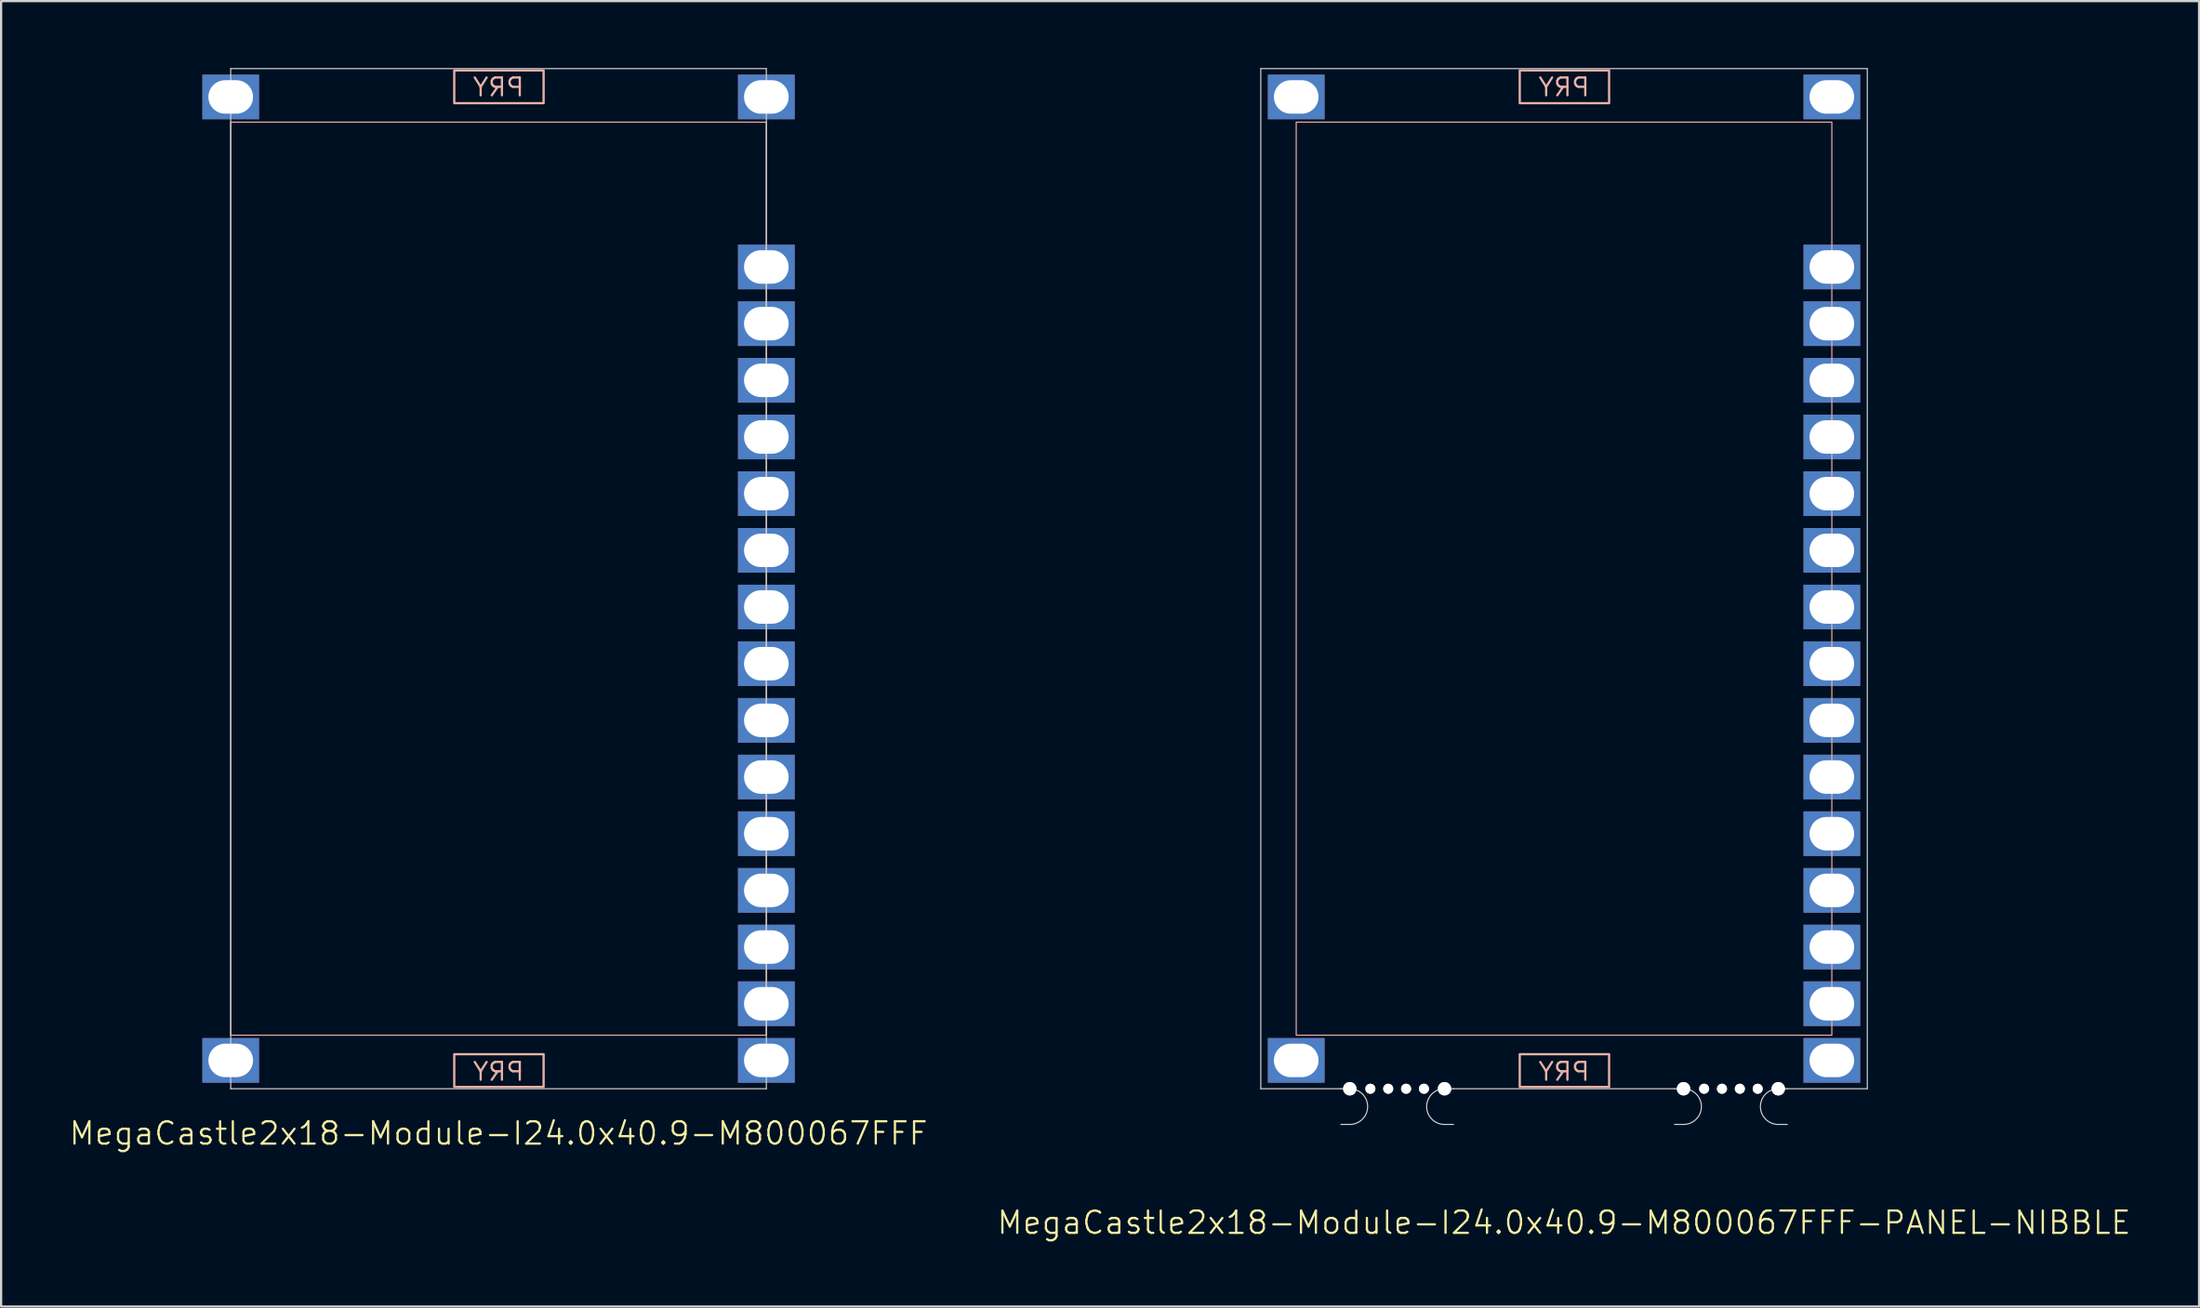
<source format=kicad_pcb>
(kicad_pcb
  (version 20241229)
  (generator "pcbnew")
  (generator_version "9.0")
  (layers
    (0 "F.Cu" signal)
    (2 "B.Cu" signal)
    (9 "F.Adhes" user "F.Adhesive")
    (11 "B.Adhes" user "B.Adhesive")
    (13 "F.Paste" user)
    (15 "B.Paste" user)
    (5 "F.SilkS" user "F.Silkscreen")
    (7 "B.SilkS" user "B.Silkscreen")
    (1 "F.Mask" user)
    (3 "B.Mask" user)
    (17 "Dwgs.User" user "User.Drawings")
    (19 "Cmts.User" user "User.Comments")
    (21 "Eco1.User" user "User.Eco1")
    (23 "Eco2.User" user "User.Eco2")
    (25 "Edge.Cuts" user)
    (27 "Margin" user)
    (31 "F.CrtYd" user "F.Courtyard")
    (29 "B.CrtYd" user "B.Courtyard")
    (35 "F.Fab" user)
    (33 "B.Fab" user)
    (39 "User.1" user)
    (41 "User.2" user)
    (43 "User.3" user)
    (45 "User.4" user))
  (footprint "MegaCastle2x18-Module-I24.0x40.9-M800067FFF-PANEL-NIBBLE"
    (layer "F.Cu")
    (at 67.031 22.885)
    (property "Reference" "MegaCastle2x18-Module-I24.0x40.9-M800067FFF-PANEL-NIBBLE" (at 0 28.86 0) (unlocked yes) (layer "F.SilkS") (effects (font (size 1 1) (thickness 0.1))))
    (attr smd)
    (fp_rect (start -12 20.46) (end 12 -20.46) (stroke (width 0.05) (type default)) (fill no) (layer "B.SilkS"))
    (fp_rect (start -1.984 -21.311) (end 2.02 -22.78) (stroke (width 0.1) (type default)) (fill no) (layer "B.SilkS"))
    (fp_rect (start -1.984 21.311) (end 2.02 22.78) (stroke (width 0.1) (type default)) (fill no) (layer "B.SilkS"))
    (fp_line (start -13.588 -22.86) (end -13.588 22.86) (stroke (width 0.05) (type default)) (layer "Edge.Cuts"))
    (fp_line (start -13.588 -22.86) (end 13.588 -22.86) (stroke (width 0.05) (type default)) (layer "Edge.Cuts"))
    (fp_line (start -13.588 22.86) (end -10 22.86) (stroke (width 0.05) (type default)) (layer "Edge.Cuts"))
    (fp_line (start -10 22.86) (end -9.6 22.86) (stroke (width 0.05) (type default)) (layer "Edge.Cuts"))
    (fp_line (start -10 24.46) (end -9.6 24.46) (stroke (width 0.05) (type default)) (layer "Edge.Cuts"))
    (fp_line (start -4.955 22.86) (end -5.355 22.86) (stroke (width 0.05) (type default)) (layer "Edge.Cuts"))
    (fp_line (start -4.955 22.86) (end 4.955 22.86) (stroke (width 0.05) (type default)) (layer "Edge.Cuts"))
    (fp_line (start -4.955 24.46) (end -5.355 24.46) (stroke (width 0.05) (type default)) (layer "Edge.Cuts"))
    (fp_line (start 4.955 22.86) (end 5.355 22.86) (stroke (width 0.05) (type default)) (layer "Edge.Cuts"))
    (fp_line (start 4.955 24.46) (end 5.355 24.46) (stroke (width 0.05) (type default)) (layer "Edge.Cuts"))
    (fp_line (start 10 22.86) (end 9.6 22.86) (stroke (width 0.05) (type default)) (layer "Edge.Cuts"))
    (fp_line (start 10 22.86) (end 13.588 22.86) (stroke (width 0.05) (type default)) (layer "Edge.Cuts"))
    (fp_line (start 10 24.46) (end 9.6 24.46) (stroke (width 0.05) (type default)) (layer "Edge.Cuts"))
    (fp_line (start 13.588 -22.86) (end 13.588 22.86) (stroke (width 0.05) (type default)) (layer "Edge.Cuts"))
    (fp_arc (start -9.6 22.860001) (mid -8.8 23.66) (end -9.6 24.459999) (stroke (width 0.05) (type default)) (layer "Edge.Cuts"))
    (fp_arc (start -5.355 24.459999) (mid -6.155 23.66) (end -5.355 22.860001) (stroke (width 0.05) (type default)) (layer "Edge.Cuts"))
    (fp_arc (start 5.355 22.860001) (mid 6.155 23.66) (end 5.355 24.459999) (stroke (width 0.05) (type default)) (layer "Edge.Cuts"))
    (fp_arc (start 9.6 24.459999) (mid 8.800001 23.66) (end 9.6 22.860001) (stroke (width 0.05) (type default)) (layer "Edge.Cuts"))
    (fp_text user "PRY" (at 0 -21.56 0) (unlocked yes) (layer "B.SilkS") (effects (font (size 0.8 0.8) (thickness 0.1)) (justify bottom mirror)))
    (fp_text user "PRY" (at 0 22.56 0) (unlocked yes) (layer "B.SilkS") (effects (font (size 0.8 0.8) (thickness 0.1)) (justify bottom mirror)))
    (pad "" np_thru_hole circle (at -9.6 22.86) (size 0.6 0.6) (drill 0.6) (layers "*.Cu" "Edge.Cuts"))
    (pad "" np_thru_hole circle (at -8.678 22.86) (size 0.45 0.45) (drill 0.45) (layers "*.Cu" "Edge.Cuts"))
    (pad "" np_thru_hole circle (at -7.878 22.86) (size 0.45 0.45) (drill 0.45) (layers "*.Cu" "Edge.Cuts"))
    (pad "" np_thru_hole circle (at -7.077 22.86) (size 0.45 0.45) (drill 0.45) (layers "*.Cu" "Edge.Cuts"))
    (pad "" np_thru_hole circle (at -6.277 22.86) (size 0.45 0.45) (drill 0.45) (layers "*.Cu" "Edge.Cuts"))
    (pad "" np_thru_hole circle (at -5.355 22.86) (size 0.6 0.6) (drill 0.6) (layers "*.Cu" "Edge.Cuts"))
    (pad "" np_thru_hole circle (at 5.355 22.86) (size 0.6 0.6) (drill 0.6) (layers "*.Cu" "Edge.Cuts"))
    (pad "" np_thru_hole circle (at 6.277 22.86) (size 0.45 0.45) (drill 0.45) (layers "*.Cu" "Edge.Cuts"))
    (pad "" np_thru_hole circle (at 7.077 22.86) (size 0.45 0.45) (drill 0.45) (layers "*.Cu" "Edge.Cuts"))
    (pad "" np_thru_hole circle (at 7.878 22.86) (size 0.45 0.45) (drill 0.45) (layers "*.Cu" "Edge.Cuts"))
    (pad "" np_thru_hole circle (at 8.678 22.86) (size 0.45 0.45) (drill 0.45) (layers "*.Cu" "Edge.Cuts"))
    (pad "" np_thru_hole circle (at 9.6 22.86) (size 0.6 0.6) (drill 0.6) (layers "*.Cu" "Edge.Cuts"))
    (pad "1" thru_hole rect (at -12 -21.59) (size 2.54 2) (drill oval 2 1.5) (property pad_prop_castellated) (layers "*.Cu" "*.Mask"))
    (pad "18" thru_hole rect (at -12 21.59) (size 2.54 2) (drill oval 2 1.5) (property pad_prop_castellated) (layers "*.Cu" "*.Mask"))
    (pad "19" thru_hole rect (at 12 -21.59) (size 2.54 2) (drill oval 2 1.5) (property pad_prop_castellated) (layers "*.Cu" "*.Mask"))
    (pad "22" thru_hole rect (at 12 -13.97) (size 2.54 2) (drill oval 2 1.5) (property pad_prop_castellated) (layers "*.Cu" "*.Mask"))
    (pad "23" thru_hole rect (at 12 -11.43) (size 2.54 2) (drill oval 2 1.5) (property pad_prop_castellated) (layers "*.Cu" "*.Mask"))
    (pad "24" thru_hole rect (at 12 -8.89) (size 2.54 2) (drill oval 2 1.5) (property pad_prop_castellated) (layers "*.Cu" "*.Mask"))
    (pad "25" thru_hole rect (at 12 -6.35) (size 2.54 2) (drill oval 2 1.5) (property pad_prop_castellated) (layers "*.Cu" "*.Mask"))
    (pad "26" thru_hole rect (at 12 -3.81) (size 2.54 2) (drill oval 2 1.5) (property pad_prop_castellated) (layers "*.Cu" "*.Mask"))
    (pad "27" thru_hole rect (at 12 -1.27) (size 2.54 2) (drill oval 2 1.5) (property pad_prop_castellated) (layers "*.Cu" "*.Mask"))
    (pad "28" thru_hole rect (at 12 1.27) (size 2.54 2) (drill oval 2 1.5) (property pad_prop_castellated) (layers "*.Cu" "*.Mask"))
    (pad "29" thru_hole rect (at 12 3.81) (size 2.54 2) (drill oval 2 1.5) (property pad_prop_castellated) (layers "*.Cu" "*.Mask"))
    (pad "30" thru_hole rect (at 12 6.35) (size 2.54 2) (drill oval 2 1.5) (property pad_prop_castellated) (layers "*.Cu" "*.Mask"))
    (pad "31" thru_hole rect (at 12 8.89) (size 2.54 2) (drill oval 2 1.5) (property pad_prop_castellated) (layers "*.Cu" "*.Mask"))
    (pad "32" thru_hole rect (at 12 11.43) (size 2.54 2) (drill oval 2 1.5) (property pad_prop_castellated) (layers "*.Cu" "*.Mask"))
    (pad "33" thru_hole rect (at 12 13.97) (size 2.54 2) (drill oval 2 1.5) (property pad_prop_castellated) (layers "*.Cu" "*.Mask"))
    (pad "34" thru_hole rect (at 12 16.51) (size 2.54 2) (drill oval 2 1.5) (property pad_prop_castellated) (layers "*.Cu" "*.Mask"))
    (pad "35" thru_hole rect (at 12 19.05) (size 2.54 2) (drill oval 2 1.5) (property pad_prop_castellated) (layers "*.Cu" "*.Mask"))
    (pad "36" thru_hole rect (at 12 21.59) (size 2.54 2) (drill oval 2 1.5) (property pad_prop_castellated) (layers "*.Cu" "*.Mask"))
    (zone (net_name "") (layer "B.Cu") (hatch edge 0.5) (connect_pads) (min_thickness 0.25) (filled_areas_thickness no) (keepout (tracks allowed) (vias allowed) (pads allowed) (copperpour allowed) (footprints not_allowed)) (placement (enabled no)) (fill) (polygon (pts (xy 55.031 45.745) (xy 55.031 0.025))))
    (zone (net_name "") (layer "B.Cu") (hatch edge 0.5) (connect_pads) (min_thickness 0.25) (filled_areas_thickness no) (keepout (tracks allowed) (vias allowed) (pads allowed) (copperpour allowed) (footprints not_allowed)) (placement (enabled no)) (fill) (polygon (pts (xy 79.031 45.745) (xy 79.031 0.025))))
    (zone (net_name "") (layer "B.Cu") (hatch edge 0.5) (connect_pads) (min_thickness 0.25) (filled_areas_thickness no) (keepout (tracks allowed) (vias allowed) (pads allowed) (copperpour allowed) (footprints not_allowed)) (placement (enabled no)) (fill) (polygon (pts (xy 55.031 0.025) (xy 55.031 2.425) (xy 79.031 2.425) (xy 79.031 0.025))))
    (zone (net_name "") (layer "B.Cu") (hatch edge 0.5) (connect_pads) (min_thickness 0.25) (filled_areas_thickness no) (keepout (tracks allowed) (vias allowed) (pads allowed) (copperpour allowed) (footprints not_allowed)) (placement (enabled no)) (fill) (polygon (pts (xy 55.031 45.745) (xy 55.031 43.345) (xy 79.031 43.345) (xy 79.031 45.745))))
    (zone (net_name "") (layer "B.Cu") (name "Upper Pry Zone") (hatch edge 0.5) (connect_pads) (min_thickness 0.25) (filled_areas_thickness no) (keepout (tracks not_allowed) (vias not_allowed) (pads not_allowed) (copperpour allowed) (footprints not_allowed)) (placement (enabled no)) (fill) (polygon (pts (xy 65.047 1.574) (xy 65.047 0.105) (xy 69.05 0.105) (xy 69.05 1.574))))
    (zone (net_name "") (layer "B.Cu") (name "Upper Pry Zone") (hatch edge 0.5) (connect_pads) (min_thickness 0.25) (filled_areas_thickness no) (keepout (tracks not_allowed) (vias not_allowed) (pads not_allowed) (copperpour allowed) (footprints not_allowed)) (placement (enabled no)) (fill) (polygon (pts (xy 65.047 44.196) (xy 65.047 45.665) (xy 69.05 45.665) (xy 69.05 44.196)))))
  (footprint "MegaCastle2x18-Module-I24.0x40.9-M800067FFF"
    (layer "F.Cu")
    (at 19.288 22.885)
    (property "Reference" "MegaCastle2x18-Module-I24.0x40.9-M800067FFF" (at 0 24.86 0) (unlocked yes) (layer "F.SilkS") (effects (font (size 1 1) (thickness 0.1))))
    (attr smd)
    (fp_rect (start -12 20.46) (end 12 -20.46) (stroke (width 0.05) (type default)) (fill no) (layer "B.SilkS"))
    (fp_rect (start -1.984 -21.311) (end 2.02 -22.78) (stroke (width 0.1) (type default)) (fill no) (layer "B.SilkS"))
    (fp_rect (start -1.984 21.311) (end 2.02 22.78) (stroke (width 0.1) (type default)) (fill no) (layer "B.SilkS"))
    (fp_line (start -12 -22.86) (end -12 22.86) (stroke (width 0.05) (type default)) (layer "Edge.Cuts"))
    (fp_line (start -12 -22.86) (end 12 -22.86) (stroke (width 0.05) (type default)) (layer "Edge.Cuts"))
    (fp_line (start -12 22.86) (end 12 22.86) (stroke (width 0.05) (type default)) (layer "Edge.Cuts"))
    (fp_line (start 12 -22.86) (end 12 22.86) (stroke (width 0.05) (type default)) (layer "Edge.Cuts"))
    (fp_text user "PRY" (at 0 -21.56 0) (unlocked yes) (layer "B.SilkS") (effects (font (size 0.8 0.8) (thickness 0.1)) (justify bottom mirror)))
    (fp_text user "PRY" (at 0 22.56 0) (unlocked yes) (layer "B.SilkS") (effects (font (size 0.8 0.8) (thickness 0.1)) (justify bottom mirror)))
    (pad "1" thru_hole rect (at -12 -21.59) (size 2.54 2) (drill oval 2 1.5) (property pad_prop_castellated) (layers "*.Cu" "*.Mask"))
    (pad "18" thru_hole rect (at -12 21.59) (size 2.54 2) (drill oval 2 1.5) (property pad_prop_castellated) (layers "*.Cu" "*.Mask"))
    (pad "19" thru_hole rect (at 12 -21.59) (size 2.54 2) (drill oval 2 1.5) (property pad_prop_castellated) (layers "*.Cu" "*.Mask"))
    (pad "22" thru_hole rect (at 12 -13.97) (size 2.54 2) (drill oval 2 1.5) (property pad_prop_castellated) (layers "*.Cu" "*.Mask"))
    (pad "23" thru_hole rect (at 12 -11.43) (size 2.54 2) (drill oval 2 1.5) (property pad_prop_castellated) (layers "*.Cu" "*.Mask"))
    (pad "24" thru_hole rect (at 12 -8.89) (size 2.54 2) (drill oval 2 1.5) (property pad_prop_castellated) (layers "*.Cu" "*.Mask"))
    (pad "25" thru_hole rect (at 12 -6.35) (size 2.54 2) (drill oval 2 1.5) (property pad_prop_castellated) (layers "*.Cu" "*.Mask"))
    (pad "26" thru_hole rect (at 12 -3.81) (size 2.54 2) (drill oval 2 1.5) (property pad_prop_castellated) (layers "*.Cu" "*.Mask"))
    (pad "27" thru_hole rect (at 12 -1.27) (size 2.54 2) (drill oval 2 1.5) (property pad_prop_castellated) (layers "*.Cu" "*.Mask"))
    (pad "28" thru_hole rect (at 12 1.27) (size 2.54 2) (drill oval 2 1.5) (property pad_prop_castellated) (layers "*.Cu" "*.Mask"))
    (pad "29" thru_hole rect (at 12 3.81) (size 2.54 2) (drill oval 2 1.5) (property pad_prop_castellated) (layers "*.Cu" "*.Mask"))
    (pad "30" thru_hole rect (at 12 6.35) (size 2.54 2) (drill oval 2 1.5) (property pad_prop_castellated) (layers "*.Cu" "*.Mask"))
    (pad "31" thru_hole rect (at 12 8.89) (size 2.54 2) (drill oval 2 1.5) (property pad_prop_castellated) (layers "*.Cu" "*.Mask"))
    (pad "32" thru_hole rect (at 12 11.43) (size 2.54 2) (drill oval 2 1.5) (property pad_prop_castellated) (layers "*.Cu" "*.Mask"))
    (pad "33" thru_hole rect (at 12 13.97) (size 2.54 2) (drill oval 2 1.5) (property pad_prop_castellated) (layers "*.Cu" "*.Mask"))
    (pad "34" thru_hole rect (at 12 16.51) (size 2.54 2) (drill oval 2 1.5) (property pad_prop_castellated) (layers "*.Cu" "*.Mask"))
    (pad "35" thru_hole rect (at 12 19.05) (size 2.54 2) (drill oval 2 1.5) (property pad_prop_castellated) (layers "*.Cu" "*.Mask"))
    (pad "36" thru_hole rect (at 12 21.59) (size 2.54 2) (drill oval 2 1.5) (property pad_prop_castellated) (layers "*.Cu" "*.Mask"))
    (zone (net_name "") (layer "B.Cu") (hatch edge 0.5) (connect_pads) (min_thickness 0.25) (filled_areas_thickness no) (keepout (tracks allowed) (vias allowed) (pads allowed) (copperpour allowed) (footprints not_allowed)) (placement (enabled no)) (fill) (polygon (pts (xy 7.288 45.745) (xy 7.288 0.025))))
    (zone (net_name "") (layer "B.Cu") (hatch edge 0.5) (connect_pads) (min_thickness 0.25) (filled_areas_thickness no) (keepout (tracks allowed) (vias allowed) (pads allowed) (copperpour allowed) (footprints not_allowed)) (placement (enabled no)) (fill) (polygon (pts (xy 31.288 45.745) (xy 31.288 0.025))))
    (zone (net_name "") (layer "B.Cu") (hatch edge 0.5) (connect_pads) (min_thickness 0.25) (filled_areas_thickness no) (keepout (tracks allowed) (vias allowed) (pads allowed) (copperpour allowed) (footprints not_allowed)) (placement (enabled no)) (fill) (polygon (pts (xy 7.288 0.025) (xy 7.288 2.425) (xy 31.288 2.425) (xy 31.288 0.025))))
    (zone (net_name "") (layer "B.Cu") (hatch edge 0.5) (connect_pads) (min_thickness 0.25) (filled_areas_thickness no) (keepout (tracks allowed) (vias allowed) (pads allowed) (copperpour allowed) (footprints not_allowed)) (placement (enabled no)) (fill) (polygon (pts (xy 7.288 45.745) (xy 7.288 43.345) (xy 31.288 43.345) (xy 31.288 45.745))))
    (zone (net_name "") (layer "B.Cu") (name "Upper Pry Zone") (hatch edge 0.5) (connect_pads) (min_thickness 0.25) (filled_areas_thickness no) (keepout (tracks not_allowed) (vias not_allowed) (pads not_allowed) (copperpour allowed) (footprints not_allowed)) (placement (enabled no)) (fill) (polygon (pts (xy 17.304 1.574) (xy 17.304 0.105) (xy 21.308 0.105) (xy 21.308 1.574))))
    (zone (net_name "") (layer "B.Cu") (name "Upper Pry Zone") (hatch edge 0.5) (connect_pads) (min_thickness 0.25) (filled_areas_thickness no) (keepout (tracks not_allowed) (vias not_allowed) (pads not_allowed) (copperpour allowed) (footprints not_allowed)) (placement (enabled no)) (fill) (polygon (pts (xy 17.304 44.196) (xy 17.304 45.665) (xy 21.308 45.665) (xy 21.308 44.196)))))
  (gr_rect
    (start -3 -3)
    (end 95.486 55.506)
    (stroke (width 0.1) (type default))
    (fill no)
    (layer "Edge.Cuts")))
</source>
